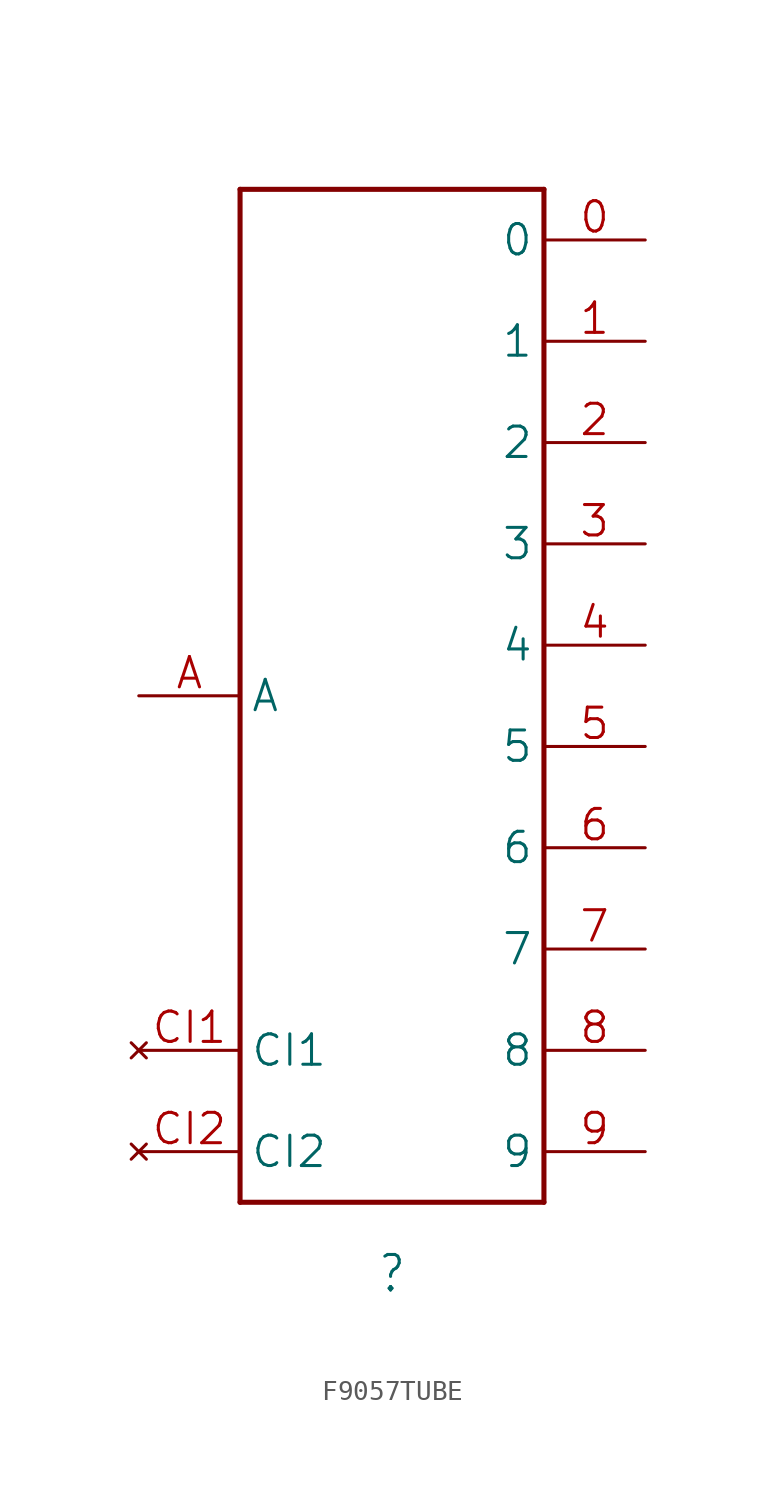
<source format=kicad_sym>
(kicad_symbol_lib
  (version 20241209)
  (generator "kicad_symbol_editor")
  (generator_version "9.0")
  (symbol "F9057TUBE"
    (property "Reference" ""
      (at 0 -27.94 0)
      (effects (font (size 1.778 1.511)) (justify top)))
    (property "ki_locked" ""
      (at 0 0 0)
      (effects (font (size 1.27 1.27))))
    (symbol "F9057TUBE_1_0"
      (polyline (pts (xy -7.62 25.4) (xy 7.62 25.4)) (stroke (width 0.254) (type solid)) (fill (type none)))
      (polyline (pts (xy -7.62 -25.4) (xy -7.62 25.4)) (stroke (width 0.254) (type solid)) (fill (type none)))
      (polyline (pts (xy 7.62 25.4) (xy 7.62 -25.4)) (stroke (width 0.254) (type solid)) (fill (type none)))
      (polyline (pts (xy 7.62 -25.4) (xy -7.62 -25.4)) (stroke (width 0.254) (type solid)) (fill (type none)))
      (pin power_in line (at -12.7 0 0) (length 5.08) (name "A" (effects (font (size 1.524 1.524)))) (number "A" (effects (font (size 1.524 1.524)))))
      (pin no_connect line (at -12.7 -17.78 0) (length 5.08) (name "CI1" (effects (font (size 1.524 1.524)))) (number "CI1" (effects (font (size 1.524 1.524)))))
      (pin no_connect line (at -12.7 -22.86 0) (length 5.08) (name "CI2" (effects (font (size 1.524 1.524)))) (number "CI2" (effects (font (size 1.524 1.524)))))
      (pin bidirectional line (at 12.7 22.86 180) (length 5.08) (name "0" (effects (font (size 1.524 1.524)))) (number "0" (effects (font (size 1.524 1.524)))))
      (pin bidirectional line (at 12.7 17.78 180) (length 5.08) (name "1" (effects (font (size 1.524 1.524)))) (number "1" (effects (font (size 1.524 1.524)))))
      (pin bidirectional line (at 12.7 12.7 180) (length 5.08) (name "2" (effects (font (size 1.524 1.524)))) (number "2" (effects (font (size 1.524 1.524)))))
      (pin bidirectional line (at 12.7 7.62 180) (length 5.08) (name "3" (effects (font (size 1.524 1.524)))) (number "3" (effects (font (size 1.524 1.524)))))
      (pin bidirectional line (at 12.7 2.54 180) (length 5.08) (name "4" (effects (font (size 1.524 1.524)))) (number "4" (effects (font (size 1.524 1.524)))))
      (pin bidirectional line (at 12.7 -2.54 180) (length 5.08) (name "5" (effects (font (size 1.524 1.524)))) (number "5" (effects (font (size 1.524 1.524)))))
      (pin bidirectional line (at 12.7 -7.62 180) (length 5.08) (name "6" (effects (font (size 1.524 1.524)))) (number "6" (effects (font (size 1.524 1.524)))))
      (pin bidirectional line (at 12.7 -12.7 180) (length 5.08) (name "7" (effects (font (size 1.524 1.524)))) (number "7" (effects (font (size 1.524 1.524)))))
      (pin bidirectional line (at 12.7 -17.78 180) (length 5.08) (name "8" (effects (font (size 1.524 1.524)))) (number "8" (effects (font (size 1.524 1.524)))))
      (pin bidirectional line (at 12.7 -22.86 180) (length 5.08) (name "9" (effects (font (size 1.524 1.524)))) (number "9" (effects (font (size 1.524 1.524))))))))
</source>
